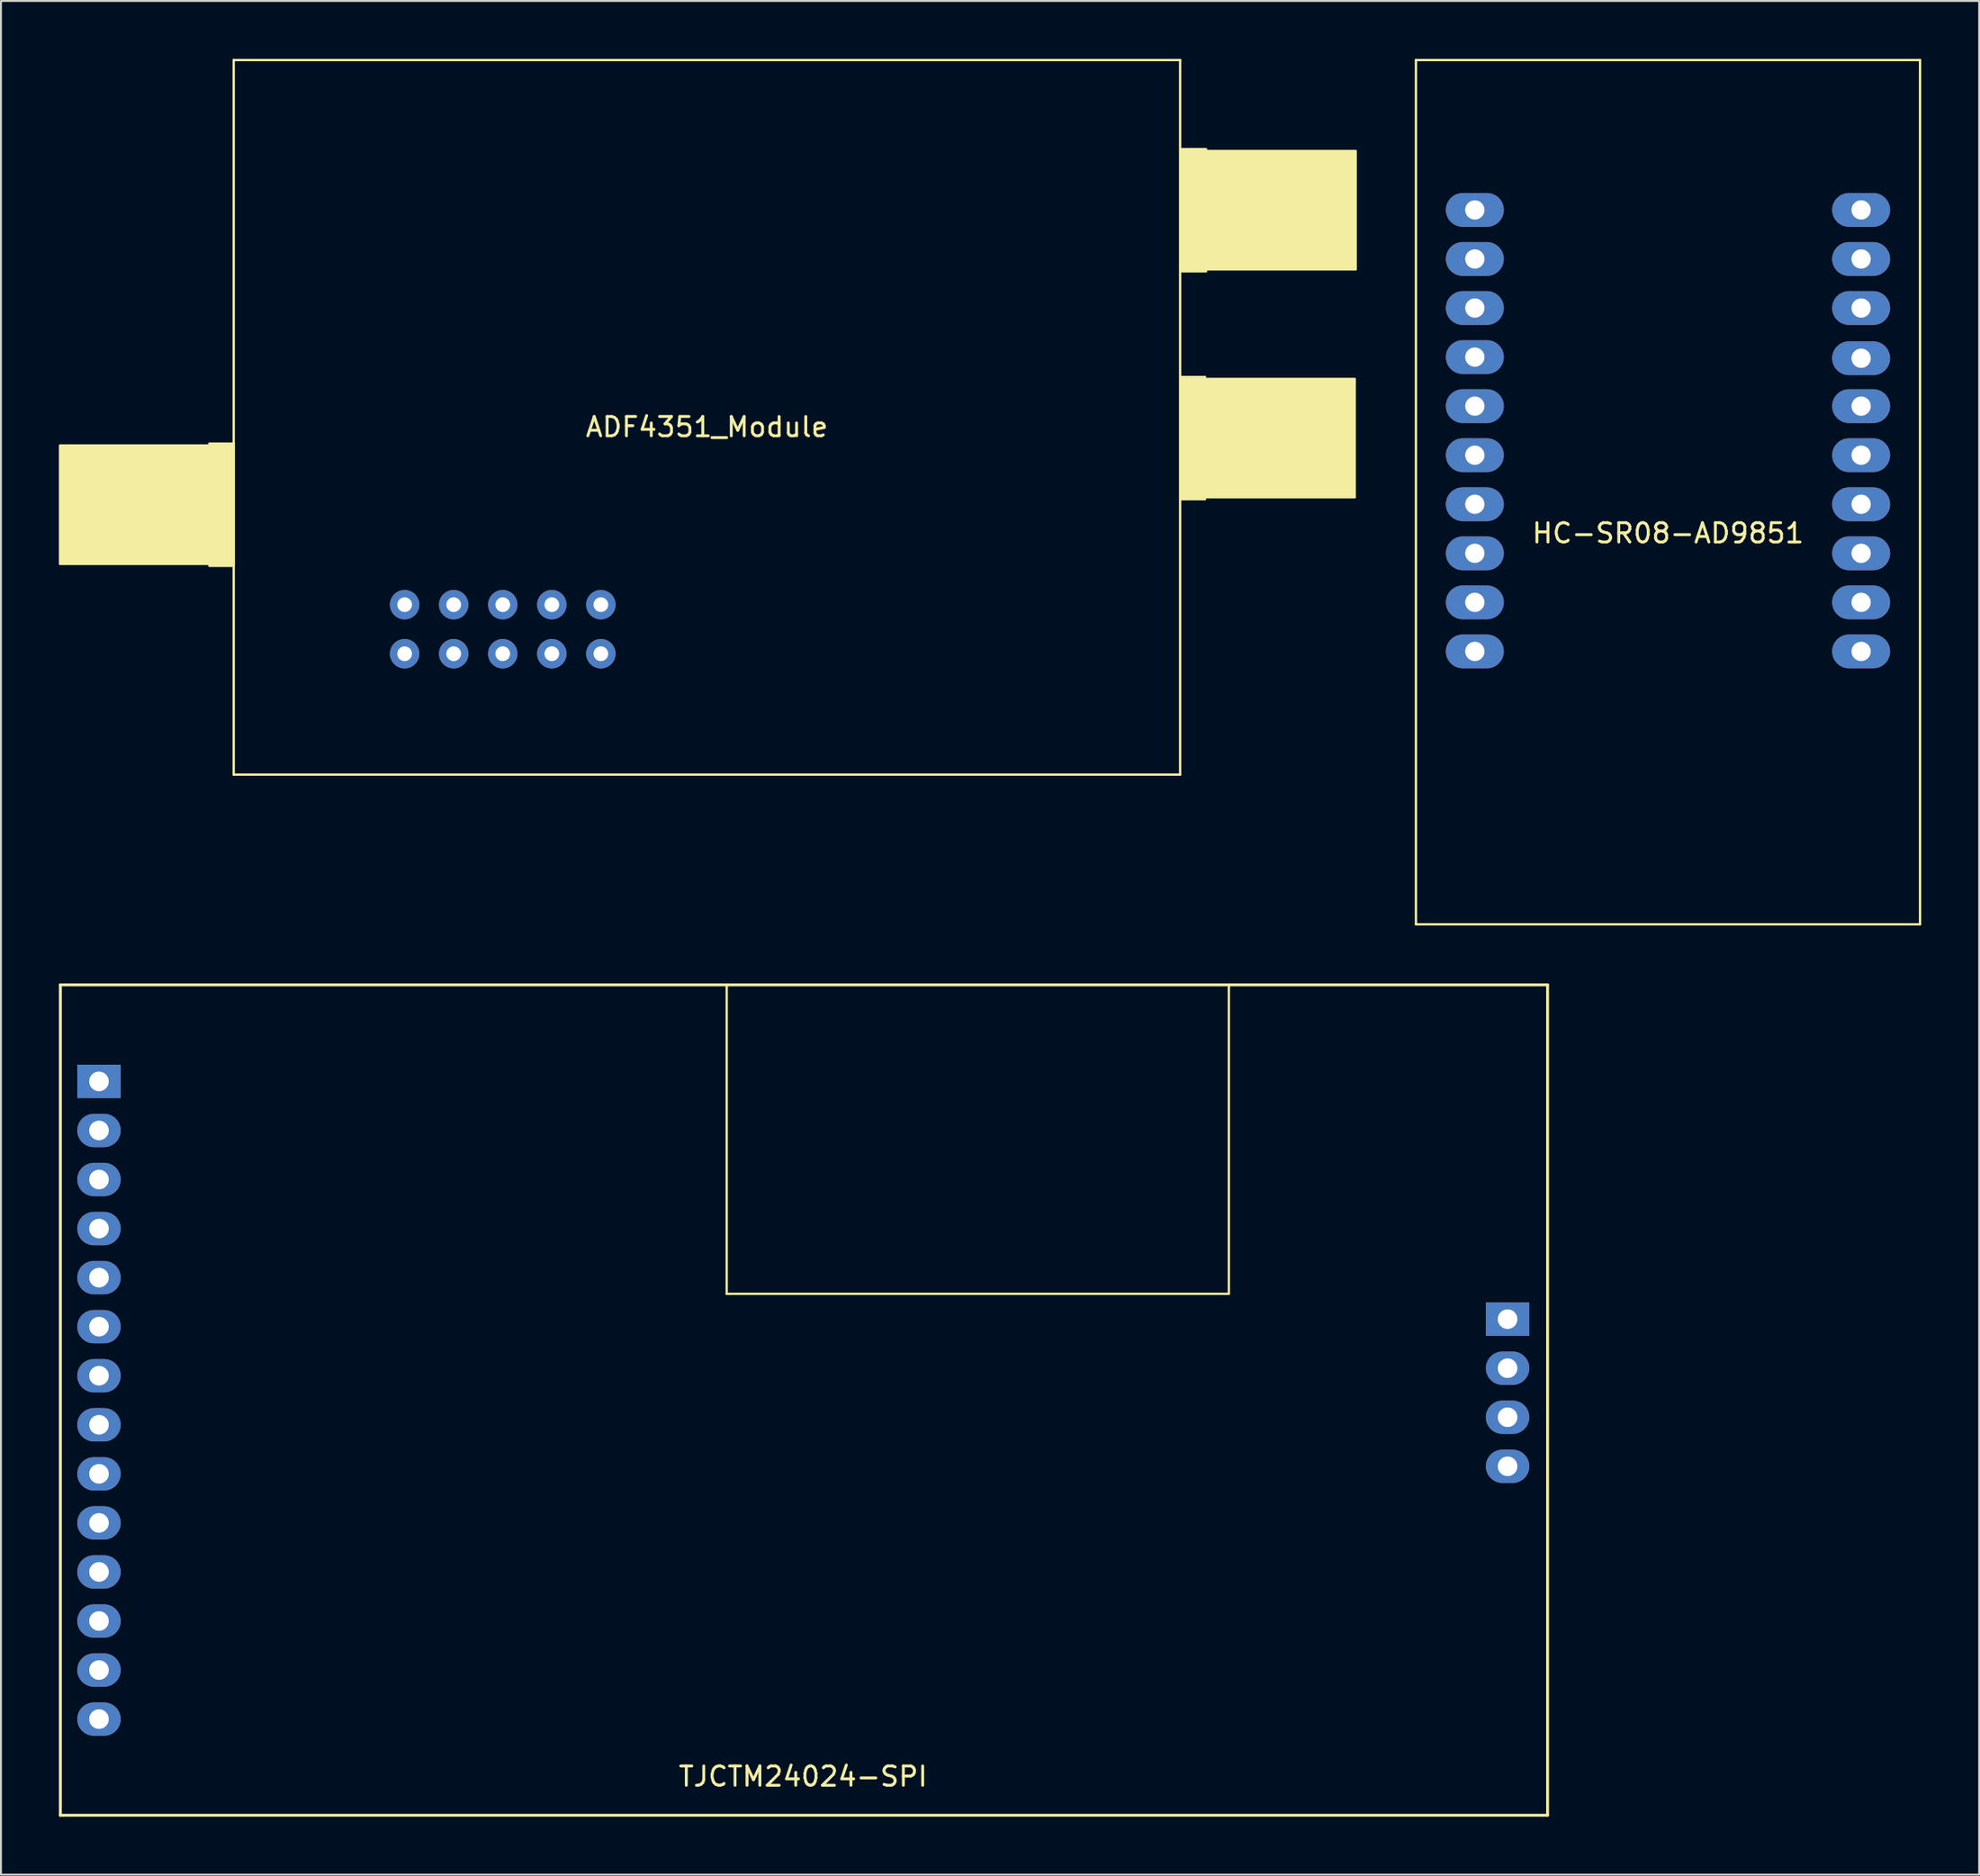
<source format=kicad_pcb>
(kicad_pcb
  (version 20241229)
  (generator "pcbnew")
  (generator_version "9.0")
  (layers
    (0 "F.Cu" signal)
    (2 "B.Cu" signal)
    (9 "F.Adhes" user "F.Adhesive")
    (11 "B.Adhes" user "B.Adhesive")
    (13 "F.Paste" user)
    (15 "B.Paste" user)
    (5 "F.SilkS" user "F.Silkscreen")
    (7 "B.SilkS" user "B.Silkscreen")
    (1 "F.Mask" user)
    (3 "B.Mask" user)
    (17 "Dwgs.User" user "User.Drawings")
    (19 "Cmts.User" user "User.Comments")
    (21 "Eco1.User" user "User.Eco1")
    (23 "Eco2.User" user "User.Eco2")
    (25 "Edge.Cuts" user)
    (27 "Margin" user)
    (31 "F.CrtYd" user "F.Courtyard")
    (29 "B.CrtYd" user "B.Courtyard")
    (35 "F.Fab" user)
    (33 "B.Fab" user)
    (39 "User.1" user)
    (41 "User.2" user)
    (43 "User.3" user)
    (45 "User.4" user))
  (footprint "HC-SR08-AD9851"
    (layer "F.Cu")
    (at 83.31 23.06)
    (property "Reference" "HC-SR08-AD9851" (at 0 1.5 0) (layer "F.SilkS") (effects (font (size 1 1) (thickness 0.15))))
    (attr through_hole)
    (fp_line (start -13.05 -23) (end 13.05 -23) (stroke (width 0.12) (type solid)) (layer "F.SilkS"))
    (fp_line (start -13.05 21.75) (end -13.05 -23) (stroke (width 0.12) (type solid)) (layer "F.SilkS"))
    (fp_line (start 13.05 -23) (end 13.05 21.75) (stroke (width 0.12) (type solid)) (layer "F.SilkS"))
    (fp_line (start 13.05 21.75) (end -13.05 21.75) (stroke (width 0.12) (type solid)) (layer "F.SilkS"))
    (fp_circle (center -10 -20.75) (end -8.6 -20.75) (stroke (width 0.12) (type solid)) (fill no) (layer "B.Paste"))
    (fp_circle (center -10 19.25) (end -8.6 19.25) (stroke (width 0.12) (type solid)) (fill no) (layer "B.Paste"))
    (fp_circle (center 10 -20.75) (end 11.4 -20.75) (stroke (width 0.12) (type solid)) (fill no) (layer "B.Paste"))
    (fp_circle (center 10 19.25) (end 11.4 19.25) (stroke (width 0.12) (type solid)) (fill no) (layer "B.Paste"))
    (pad "1" thru_hole oval (at -10 -15.24) (size 3 1.75) (drill 1) (layers "*.Cu" "*.Mask"))
    (pad "2" thru_hole oval (at -10 -12.7) (size 3 1.75) (drill 1) (layers "*.Cu" "*.Mask"))
    (pad "3" thru_hole oval (at -10 -10.16) (size 3 1.75) (drill 1) (layers "*.Cu" "*.Mask"))
    (pad "4" thru_hole oval (at -10 -7.62) (size 3 1.75) (drill 1) (layers "*.Cu" "*.Mask"))
    (pad "5" thru_hole oval (at -10 -5.08) (size 3 1.75) (drill 1) (layers "*.Cu" "*.Mask"))
    (pad "6" thru_hole oval (at -10 -2.54) (size 3 1.75) (drill 1) (layers "*.Cu" "*.Mask"))
    (pad "7" thru_hole oval (at -10 0) (size 3 1.75) (drill 1) (layers "*.Cu" "*.Mask"))
    (pad "8" thru_hole oval (at -10 2.54) (size 3 1.75) (drill 1) (layers "*.Cu" "*.Mask"))
    (pad "9" thru_hole oval (at -10 5.08) (size 3 1.75) (drill 1) (layers "*.Cu" "*.Mask"))
    (pad "10" thru_hole oval (at -10 7.62) (size 3 1.75) (drill 1) (layers "*.Cu" "*.Mask"))
    (pad "11" thru_hole oval (at 10 7.62) (size 3 1.75) (drill 1) (layers "*.Cu" "*.Mask"))
    (pad "12" thru_hole oval (at 10 5.08) (size 3 1.75) (drill 1) (layers "*.Cu" "*.Mask"))
    (pad "13" thru_hole oval (at 10 2.54) (size 3 1.75) (drill 1) (layers "*.Cu" "*.Mask"))
    (pad "14" thru_hole oval (at 10 0) (size 3 1.75) (drill 1) (layers "*.Cu" "*.Mask"))
    (pad "15" thru_hole oval (at 10 -2.54) (size 3 1.75) (drill 1) (layers "*.Cu" "*.Mask"))
    (pad "16" thru_hole oval (at 10 -5.08) (size 3 1.75) (drill 1) (layers "*.Cu" "*.Mask"))
    (pad "17" thru_hole oval (at 10 -7.56) (size 3 1.75) (drill 1) (layers "*.Cu" "*.Mask"))
    (pad "18" thru_hole oval (at 10 -10.16) (size 3 1.75) (drill 1) (layers "*.Cu" "*.Mask"))
    (pad "19" thru_hole oval (at 10 -12.7) (size 3 1.75) (drill 1) (layers "*.Cu" "*.Mask"))
    (pad "20" thru_hole oval (at 10 -15.24) (size 3 1.75) (drill 1) (layers "*.Cu" "*.Mask")))
  (footprint "TJCTM24024-SPI"
    (layer "F.Cu")
    (at 2.075 52.945)
    (property "Reference" "TJCTM24024-SPI" (at 36.456 35.99 0) (layer "F.SilkS") (effects (font (size 1 1) (thickness 0.15))))
    (attr through_hole)
    (fp_line (start -2 -5) (end 75 -5) (stroke (width 0.15) (type solid)) (layer "F.SilkS"))
    (fp_line (start -2 38) (end -2 -5) (stroke (width 0.15) (type solid)) (layer "F.SilkS"))
    (fp_line (start -2 38) (end 75 38) (stroke (width 0.15) (type solid)) (layer "F.SilkS"))
    (fp_line (start 32.5 -5) (end 32.5 11) (stroke (width 0.12) (type solid)) (layer "F.SilkS"))
    (fp_line (start 32.5 11) (end 58.5 11) (stroke (width 0.12) (type solid)) (layer "F.SilkS"))
    (fp_line (start 58.5 11) (end 58.5 -5) (stroke (width 0.12) (type solid)) (layer "F.SilkS"))
    (fp_line (start 75 38) (end 75 -5) (stroke (width 0.15) (type solid)) (layer "F.SilkS"))
    (pad "1" thru_hole rect (at 0 0) (size 2.25 1.727) (drill 1.016) (layers "*.Cu" "*.Mask"))
    (pad "2" thru_hole oval (at 0 2.54) (size 2.25 1.727) (drill 1.016) (layers "*.Cu" "*.Mask"))
    (pad "3" thru_hole oval (at 0 5.08) (size 2.25 1.727) (drill 1.016) (layers "*.Cu" "*.Mask"))
    (pad "4" thru_hole oval (at 0 7.62) (size 2.25 1.727) (drill 1.016) (layers "*.Cu" "*.Mask"))
    (pad "5" thru_hole oval (at 0 10.16) (size 2.25 1.727) (drill 1.016) (layers "*.Cu" "*.Mask"))
    (pad "6" thru_hole oval (at 0 12.7) (size 2.25 1.727) (drill 1.016) (layers "*.Cu" "*.Mask"))
    (pad "7" thru_hole oval (at 0 15.24) (size 2.25 1.727) (drill 1.016) (layers "*.Cu" "*.Mask"))
    (pad "8" thru_hole oval (at 0 17.78) (size 2.25 1.727) (drill 1.016) (layers "*.Cu" "*.Mask"))
    (pad "9" thru_hole oval (at 0 20.32) (size 2.25 1.727) (drill 1.016) (layers "*.Cu" "*.Mask"))
    (pad "10" thru_hole oval (at 0 22.86) (size 2.25 1.727) (drill 1.016) (layers "*.Cu" "*.Mask"))
    (pad "11" thru_hole oval (at 0 25.4) (size 2.25 1.727) (drill 1.016) (layers "*.Cu" "*.Mask"))
    (pad "12" thru_hole oval (at 0 27.94) (size 2.25 1.727) (drill 1.016) (layers "*.Cu" "*.Mask"))
    (pad "13" thru_hole oval (at 0 30.48) (size 2.25 1.727) (drill 1.016) (layers "*.Cu" "*.Mask"))
    (pad "14" thru_hole oval (at 0 33.02) (size 2.25 1.727) (drill 1.016) (layers "*.Cu" "*.Mask"))
    (pad "15" thru_hole rect (at 72.93 12.31) (size 2.25 1.727) (drill 1.016) (layers "*.Cu" "*.Mask"))
    (pad "16" thru_hole oval (at 72.93 14.85) (size 2.25 1.727) (drill 1.016) (layers "*.Cu" "*.Mask"))
    (pad "17" thru_hole oval (at 72.93 17.39) (size 2.25 1.727) (drill 1.016) (layers "*.Cu" "*.Mask"))
    (pad "18" thru_hole oval (at 72.93 19.93) (size 2.25 1.727) (drill 1.016) (layers "*.Cu" "*.Mask")))
  (footprint "ADF4351_Module"
    (layer "F.Cu")
    (at 33.55 18.56)
    (property "Reference" "ADF4351_Module" (at 0 0.5 0) (layer "F.SilkS") (effects (font (size 1 1) (thickness 0.15))))
    (attr through_hole)
    (fp_line (start -24.5 -18.5) (end -24.5 18.5) (stroke (width 0.12) (type solid)) (layer "F.SilkS"))
    (fp_line (start -24.5 18.5) (end 24.5 18.5) (stroke (width 0.12) (type solid)) (layer "F.SilkS"))
    (fp_line (start 24.5 -18.5) (end -24.5 -18.5) (stroke (width 0.12) (type solid)) (layer "F.SilkS"))
    (fp_line (start 24.5 18.5) (end 24.5 -18.5) (stroke (width 0.12) (type solid)) (layer "F.SilkS"))
    (fp_poly (pts (xy -25.8 1.45) (xy -25.8 7.6) (xy -33.5 7.6) (xy -33.5 1.45)) (stroke (width 0.1) (type solid)) (fill yes) (layer "F.SilkS"))
    (fp_poly (pts (xy -24.5 7.7) (xy -25.77 7.7) (xy -25.77 1.35) (xy -24.5 1.35)) (stroke (width 0.1) (type solid)) (fill yes) (layer "F.SilkS"))
    (fp_poly (pts (xy 25.8 4.25) (xy 24.53 4.25) (xy 24.53 -2.1) (xy 25.8 -2.1)) (stroke (width 0.1) (type solid)) (fill yes) (layer "F.SilkS"))
    (fp_poly (pts (xy 25.85 -7.55) (xy 24.58 -7.55) (xy 24.58 -13.9) (xy 25.85 -13.9)) (stroke (width 0.1) (type solid)) (fill yes) (layer "F.SilkS"))
    (fp_poly (pts (xy 33.55 -2) (xy 33.55 4.15) (xy 25.85 4.15) (xy 25.85 -2)) (stroke (width 0.1) (type solid)) (fill yes) (layer "F.SilkS"))
    (fp_poly (pts (xy 33.6 -13.8) (xy 33.6 -7.65) (xy 25.9 -7.65) (xy 25.9 -13.8)) (stroke (width 0.1) (type solid)) (fill yes) (layer "F.SilkS"))
    (pad "1" thru_hole circle (at -5.49 9.7) (size 1.524 1.524) (drill 0.762) (layers "*.Cu" "*.Mask"))
    (pad "2" thru_hole circle (at -5.49 12.24) (size 1.524 1.524) (drill 0.762) (layers "*.Cu" "*.Mask"))
    (pad "3" thru_hole circle (at -8.03 9.7) (size 1.524 1.524) (drill 0.762) (layers "*.Cu" "*.Mask"))
    (pad "4" thru_hole circle (at -8.03 12.24) (size 1.524 1.524) (drill 0.762) (layers "*.Cu" "*.Mask"))
    (pad "5" thru_hole circle (at -10.57 9.7) (size 1.524 1.524) (drill 0.762) (layers "*.Cu" "*.Mask"))
    (pad "6" thru_hole circle (at -10.57 12.24) (size 1.524 1.524) (drill 0.762) (layers "*.Cu" "*.Mask"))
    (pad "7" thru_hole circle (at -13.11 9.7) (size 1.524 1.524) (drill 0.762) (layers "*.Cu" "*.Mask"))
    (pad "8" thru_hole circle (at -13.11 12.24) (size 1.524 1.524) (drill 0.762) (layers "*.Cu" "*.Mask"))
    (pad "9" thru_hole circle (at -15.65 9.7) (size 1.524 1.524) (drill 0.762) (layers "*.Cu" "*.Mask"))
    (pad "10" thru_hole circle (at -15.65 12.24) (size 1.524 1.524) (drill 0.762) (layers "*.Cu" "*.Mask")))
  (gr_rect
    (start -3 -3)
    (end 99.42 94.02)
    (stroke (width 0.1) (type default))
    (fill no)
    (layer "Edge.Cuts")))
</source>
